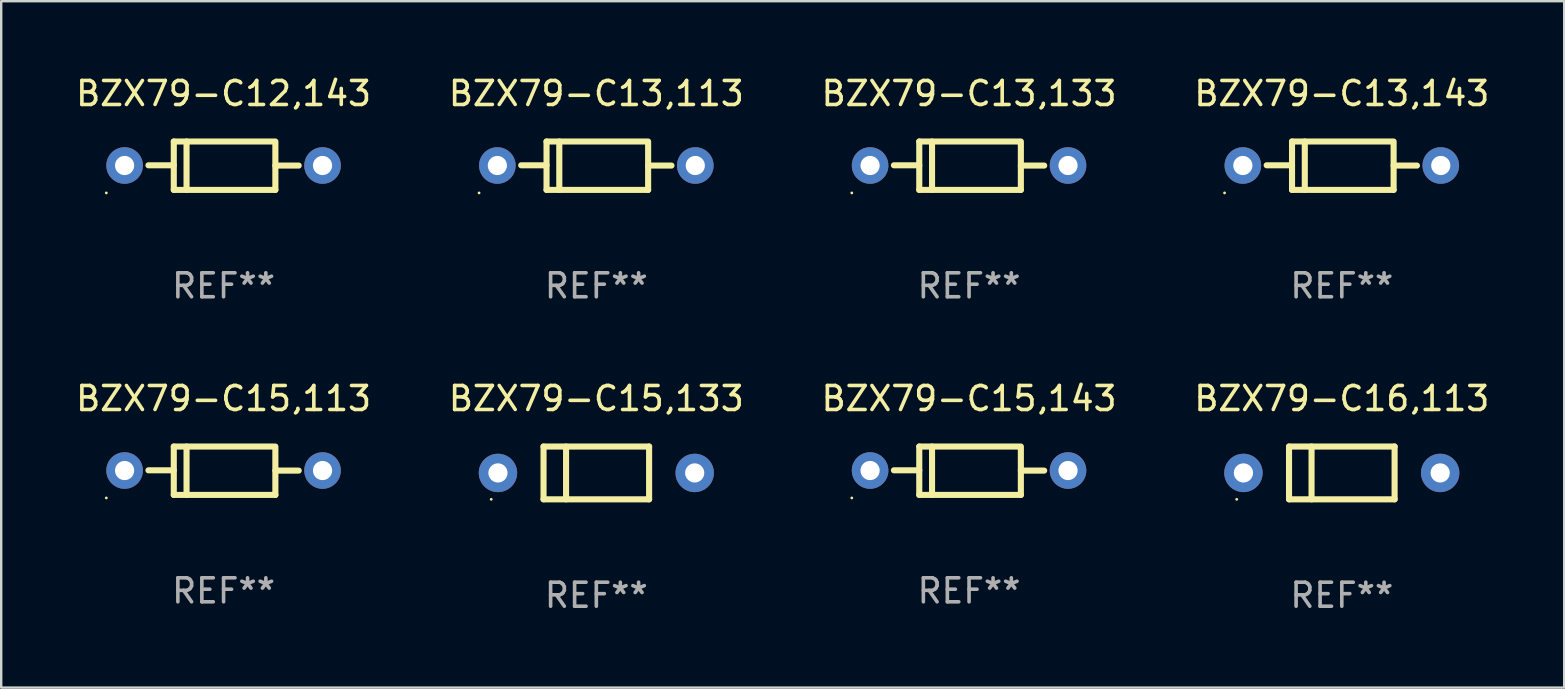
<source format=kicad_pcb>
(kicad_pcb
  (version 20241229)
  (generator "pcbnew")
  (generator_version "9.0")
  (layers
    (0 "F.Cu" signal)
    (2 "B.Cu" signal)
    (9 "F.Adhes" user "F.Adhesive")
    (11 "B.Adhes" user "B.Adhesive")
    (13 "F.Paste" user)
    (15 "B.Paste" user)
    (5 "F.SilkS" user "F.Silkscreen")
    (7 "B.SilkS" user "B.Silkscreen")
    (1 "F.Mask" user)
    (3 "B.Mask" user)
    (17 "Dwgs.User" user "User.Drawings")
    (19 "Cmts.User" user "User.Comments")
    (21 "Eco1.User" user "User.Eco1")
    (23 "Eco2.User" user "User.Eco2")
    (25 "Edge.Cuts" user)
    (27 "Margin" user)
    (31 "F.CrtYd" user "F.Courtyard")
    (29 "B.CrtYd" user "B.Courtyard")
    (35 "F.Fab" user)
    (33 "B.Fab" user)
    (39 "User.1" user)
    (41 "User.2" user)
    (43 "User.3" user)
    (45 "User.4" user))
  (footprint "BZX79-C15,133"
    (layer "F.Cu")
    (at 21.804 16.661)
    (property "Reference" "BZX79-C15,133" (at 0 -3.1 0) (layer "F.SilkS") (effects (font (size 1 1) (thickness 0.15))))
    (attr through_hole)
    (fp_line (start -2.2 -1.1) (end -2.2 1.1) (stroke (width 0.254) (type solid)) (layer "F.SilkS"))
    (fp_line (start -2.2 -1.1) (end 2.2 -1.1) (stroke (width 0.254) (type solid)) (layer "F.SilkS"))
    (fp_line (start -2.2 1.1) (end 2.2 1.1) (stroke (width 0.254) (type solid)) (layer "F.SilkS"))
    (fp_line (start -1.261 -1.1) (end -1.261 1.1) (stroke (width 0.254) (type solid)) (layer "F.SilkS"))
    (fp_line (start 2.2 -1.1) (end 2.2 1.1) (stroke (width 0.254) (type solid)) (layer "F.SilkS"))
    (fp_circle (center -4.38 1.1) (end -4.35 1.1) (stroke (width 0.06) (type solid)) (fill no) (layer "F.SilkS"))
    (fp_text user "REF**" (at 0 5.1 0) (layer "F.Fab") (effects (font (size 1 1) (thickness 0.15))))
    (pad "1" thru_hole circle (at -4.1 0) (size 1.6 1.6) (drill 0.8) (layers "*.Cu" "*.Mask"))
    (pad "2" thru_hole circle (at 4.1 0) (size 1.6 1.6) (drill 0.8) (layers "*.Cu" "*.Mask")))
  (footprint "BZX79-C12,143"
    (layer "F.Cu")
    (at 6.268 3.856)
    (property "Reference" "BZX79-C12,143" (at 0 -3.008 0) (layer "F.SilkS") (effects (font (size 1 1) (thickness 0.15))))
    (attr through_hole)
    (fp_line (start -2.075 -1.008) (end -2.075 1.008) (stroke (width 0.254) (type solid)) (layer "F.SilkS"))
    (fp_line (start -2.075 -0.017) (end -3.132 -0.017) (stroke (width 0.254) (type solid)) (layer "F.SilkS"))
    (fp_line (start -2.075 1.008) (end 2.159 1.008) (stroke (width 0.254) (type solid)) (layer "F.SilkS"))
    (fp_line (start -1.543 -1.008) (end -1.543 1.008) (stroke (width 0.254) (type solid)) (layer "F.SilkS"))
    (fp_line (start 2.075 -1.008) (end -2.075 -1.008) (stroke (width 0.254) (type solid)) (layer "F.SilkS"))
    (fp_line (start 2.159 -0.005) (end 3.132 -0.005) (stroke (width 0.254) (type solid)) (layer "F.SilkS"))
    (fp_line (start 2.159 1.008) (end 2.159 -1.008) (stroke (width 0.254) (type solid)) (layer "F.SilkS"))
    (fp_circle (center -4.887 1.135) (end -4.857 1.135) (stroke (width 0.06) (type solid)) (fill no) (layer "F.SilkS"))
    (fp_text user "REF**" (at 0 5.008 0) (layer "F.Fab") (effects (font (size 1 1) (thickness 0.15))))
    (pad "1" thru_hole circle (at -4.125 -0.008) (size 1.524 1.524) (drill 0.8) (layers "*.Cu" "*.Mask"))
    (pad "2" thru_hole circle (at 4.125 -0.008) (size 1.524 1.524) (drill 0.8) (layers "*.Cu" "*.Mask")))
  (footprint "BZX79-C16,113"
    (layer "F.Cu")
    (at 52.875 16.661)
    (property "Reference" "BZX79-C16,113" (at 0 -3.1 0) (layer "F.SilkS") (effects (font (size 1 1) (thickness 0.15))))
    (attr through_hole)
    (fp_line (start -2.2 -1.1) (end -2.2 1.1) (stroke (width 0.254) (type solid)) (layer "F.SilkS"))
    (fp_line (start -2.2 -1.1) (end 2.2 -1.1) (stroke (width 0.254) (type solid)) (layer "F.SilkS"))
    (fp_line (start -2.2 1.1) (end 2.2 1.1) (stroke (width 0.254) (type solid)) (layer "F.SilkS"))
    (fp_line (start -1.261 -1.1) (end -1.261 1.1) (stroke (width 0.254) (type solid)) (layer "F.SilkS"))
    (fp_line (start 2.2 -1.1) (end 2.2 1.1) (stroke (width 0.254) (type solid)) (layer "F.SilkS"))
    (fp_circle (center -4.38 1.1) (end -4.35 1.1) (stroke (width 0.06) (type solid)) (fill no) (layer "F.SilkS"))
    (fp_text user "REF**" (at 0 5.1 0) (layer "F.Fab") (effects (font (size 1 1) (thickness 0.15))))
    (pad "1" thru_hole circle (at -4.1 0) (size 1.6 1.6) (drill 0.8) (layers "*.Cu" "*.Mask"))
    (pad "2" thru_hole circle (at 4.1 0) (size 1.6 1.6) (drill 0.8) (layers "*.Cu" "*.Mask")))
  (footprint "BZX79-C15,113"
    (layer "F.Cu")
    (at 6.268 16.569)
    (property "Reference" "BZX79-C15,113" (at 0 -3.008 0) (layer "F.SilkS") (effects (font (size 1 1) (thickness 0.15))))
    (attr through_hole)
    (fp_line (start -2.075 -1.008) (end -2.075 1.008) (stroke (width 0.254) (type solid)) (layer "F.SilkS"))
    (fp_line (start -2.075 -0.017) (end -3.132 -0.017) (stroke (width 0.254) (type solid)) (layer "F.SilkS"))
    (fp_line (start -2.075 1.008) (end 2.159 1.008) (stroke (width 0.254) (type solid)) (layer "F.SilkS"))
    (fp_line (start -1.543 -1.008) (end -1.543 1.008) (stroke (width 0.254) (type solid)) (layer "F.SilkS"))
    (fp_line (start 2.075 -1.008) (end -2.075 -1.008) (stroke (width 0.254) (type solid)) (layer "F.SilkS"))
    (fp_line (start 2.159 -0.005) (end 3.132 -0.005) (stroke (width 0.254) (type solid)) (layer "F.SilkS"))
    (fp_line (start 2.159 1.008) (end 2.159 -1.008) (stroke (width 0.254) (type solid)) (layer "F.SilkS"))
    (fp_circle (center -4.887 1.135) (end -4.857 1.135) (stroke (width 0.06) (type solid)) (fill no) (layer "F.SilkS"))
    (fp_text user "REF**" (at 0 5.008 0) (layer "F.Fab") (effects (font (size 1 1) (thickness 0.15))))
    (pad "1" thru_hole circle (at -4.125 -0.008) (size 1.524 1.524) (drill 0.8) (layers "*.Cu" "*.Mask"))
    (pad "2" thru_hole circle (at 4.125 -0.008) (size 1.524 1.524) (drill 0.8) (layers "*.Cu" "*.Mask")))
  (footprint "BZX79-C13,143"
    (layer "F.Cu")
    (at 52.875 3.856)
    (property "Reference" "BZX79-C13,143" (at 0 -3.008 0) (layer "F.SilkS") (effects (font (size 1 1) (thickness 0.15))))
    (attr through_hole)
    (fp_line (start -2.075 -1.008) (end -2.075 1.008) (stroke (width 0.254) (type solid)) (layer "F.SilkS"))
    (fp_line (start -2.075 -0.017) (end -3.132 -0.017) (stroke (width 0.254) (type solid)) (layer "F.SilkS"))
    (fp_line (start -2.075 1.008) (end 2.159 1.008) (stroke (width 0.254) (type solid)) (layer "F.SilkS"))
    (fp_line (start -1.543 -1.008) (end -1.543 1.008) (stroke (width 0.254) (type solid)) (layer "F.SilkS"))
    (fp_line (start 2.075 -1.008) (end -2.075 -1.008) (stroke (width 0.254) (type solid)) (layer "F.SilkS"))
    (fp_line (start 2.159 -0.005) (end 3.132 -0.005) (stroke (width 0.254) (type solid)) (layer "F.SilkS"))
    (fp_line (start 2.159 1.008) (end 2.159 -1.008) (stroke (width 0.254) (type solid)) (layer "F.SilkS"))
    (fp_circle (center -4.887 1.135) (end -4.857 1.135) (stroke (width 0.06) (type solid)) (fill no) (layer "F.SilkS"))
    (fp_text user "REF**" (at 0 5.008 0) (layer "F.Fab") (effects (font (size 1 1) (thickness 0.15))))
    (pad "1" thru_hole circle (at -4.125 -0.008) (size 1.524 1.524) (drill 0.8) (layers "*.Cu" "*.Mask"))
    (pad "2" thru_hole circle (at 4.125 -0.008) (size 1.524 1.524) (drill 0.8) (layers "*.Cu" "*.Mask")))
  (footprint "BZX79-C15,143"
    (layer "F.Cu")
    (at 37.339 16.569)
    (property "Reference" "BZX79-C15,143" (at 0 -3.008 0) (layer "F.SilkS") (effects (font (size 1 1) (thickness 0.15))))
    (attr through_hole)
    (fp_line (start -2.075 -1.008) (end -2.075 1.008) (stroke (width 0.254) (type solid)) (layer "F.SilkS"))
    (fp_line (start -2.075 -0.017) (end -3.132 -0.017) (stroke (width 0.254) (type solid)) (layer "F.SilkS"))
    (fp_line (start -2.075 1.008) (end 2.159 1.008) (stroke (width 0.254) (type solid)) (layer "F.SilkS"))
    (fp_line (start -1.543 -1.008) (end -1.543 1.008) (stroke (width 0.254) (type solid)) (layer "F.SilkS"))
    (fp_line (start 2.075 -1.008) (end -2.075 -1.008) (stroke (width 0.254) (type solid)) (layer "F.SilkS"))
    (fp_line (start 2.159 -0.005) (end 3.132 -0.005) (stroke (width 0.254) (type solid)) (layer "F.SilkS"))
    (fp_line (start 2.159 1.008) (end 2.159 -1.008) (stroke (width 0.254) (type solid)) (layer "F.SilkS"))
    (fp_circle (center -4.887 1.135) (end -4.857 1.135) (stroke (width 0.06) (type solid)) (fill no) (layer "F.SilkS"))
    (fp_text user "REF**" (at 0 5.008 0) (layer "F.Fab") (effects (font (size 1 1) (thickness 0.15))))
    (pad "1" thru_hole circle (at -4.125 -0.008) (size 1.524 1.524) (drill 0.8) (layers "*.Cu" "*.Mask"))
    (pad "2" thru_hole circle (at 4.125 -0.008) (size 1.524 1.524) (drill 0.8) (layers "*.Cu" "*.Mask")))
  (footprint "BZX79-C13,113"
    (layer "F.Cu")
    (at 21.804 3.856)
    (property "Reference" "BZX79-C13,113" (at 0 -3.008 0) (layer "F.SilkS") (effects (font (size 1 1) (thickness 0.15))))
    (attr through_hole)
    (fp_line (start -2.075 -1.008) (end -2.075 1.008) (stroke (width 0.254) (type solid)) (layer "F.SilkS"))
    (fp_line (start -2.075 -0.017) (end -3.132 -0.017) (stroke (width 0.254) (type solid)) (layer "F.SilkS"))
    (fp_line (start -2.075 1.008) (end 2.159 1.008) (stroke (width 0.254) (type solid)) (layer "F.SilkS"))
    (fp_line (start -1.543 -1.008) (end -1.543 1.008) (stroke (width 0.254) (type solid)) (layer "F.SilkS"))
    (fp_line (start 2.075 -1.008) (end -2.075 -1.008) (stroke (width 0.254) (type solid)) (layer "F.SilkS"))
    (fp_line (start 2.159 -0.005) (end 3.132 -0.005) (stroke (width 0.254) (type solid)) (layer "F.SilkS"))
    (fp_line (start 2.159 1.008) (end 2.159 -1.008) (stroke (width 0.254) (type solid)) (layer "F.SilkS"))
    (fp_circle (center -4.887 1.135) (end -4.857 1.135) (stroke (width 0.06) (type solid)) (fill no) (layer "F.SilkS"))
    (fp_text user "REF**" (at 0 5.008 0) (layer "F.Fab") (effects (font (size 1 1) (thickness 0.15))))
    (pad "1" thru_hole circle (at -4.125 -0.008) (size 1.524 1.524) (drill 0.8) (layers "*.Cu" "*.Mask"))
    (pad "2" thru_hole circle (at 4.125 -0.008) (size 1.524 1.524) (drill 0.8) (layers "*.Cu" "*.Mask")))
  (footprint "BZX79-C13,133"
    (layer "F.Cu")
    (at 37.339 3.856)
    (property "Reference" "BZX79-C13,133" (at 0 -3.008 0) (layer "F.SilkS") (effects (font (size 1 1) (thickness 0.15))))
    (attr through_hole)
    (fp_line (start -2.075 -1.008) (end -2.075 1.008) (stroke (width 0.254) (type solid)) (layer "F.SilkS"))
    (fp_line (start -2.075 -0.017) (end -3.132 -0.017) (stroke (width 0.254) (type solid)) (layer "F.SilkS"))
    (fp_line (start -2.075 1.008) (end 2.159 1.008) (stroke (width 0.254) (type solid)) (layer "F.SilkS"))
    (fp_line (start -1.543 -1.008) (end -1.543 1.008) (stroke (width 0.254) (type solid)) (layer "F.SilkS"))
    (fp_line (start 2.075 -1.008) (end -2.075 -1.008) (stroke (width 0.254) (type solid)) (layer "F.SilkS"))
    (fp_line (start 2.159 -0.005) (end 3.132 -0.005) (stroke (width 0.254) (type solid)) (layer "F.SilkS"))
    (fp_line (start 2.159 1.008) (end 2.159 -1.008) (stroke (width 0.254) (type solid)) (layer "F.SilkS"))
    (fp_circle (center -4.887 1.135) (end -4.857 1.135) (stroke (width 0.06) (type solid)) (fill no) (layer "F.SilkS"))
    (fp_text user "REF**" (at 0 5.008 0) (layer "F.Fab") (effects (font (size 1 1) (thickness 0.15))))
    (pad "1" thru_hole circle (at -4.125 -0.008) (size 1.524 1.524) (drill 0.8) (layers "*.Cu" "*.Mask"))
    (pad "2" thru_hole circle (at 4.125 -0.008) (size 1.524 1.524) (drill 0.8) (layers "*.Cu" "*.Mask")))
  (gr_rect
    (start -3 -3)
    (end 62.143 25.609)
    (stroke (width 0.1) (type default))
    (fill no)
    (layer "Edge.Cuts")))
</source>
